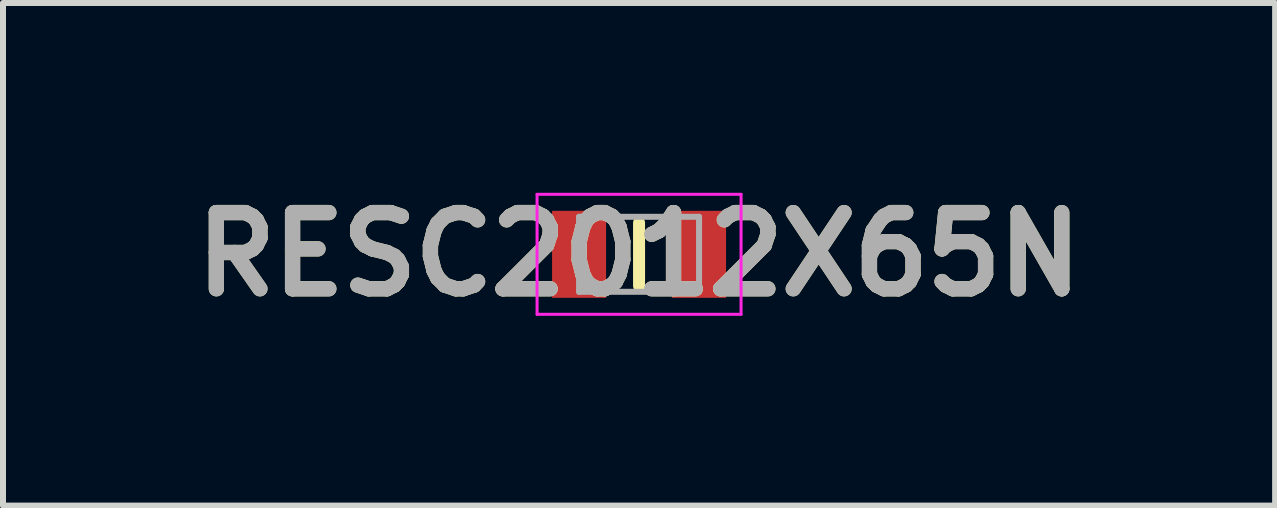
<source format=kicad_pcb>
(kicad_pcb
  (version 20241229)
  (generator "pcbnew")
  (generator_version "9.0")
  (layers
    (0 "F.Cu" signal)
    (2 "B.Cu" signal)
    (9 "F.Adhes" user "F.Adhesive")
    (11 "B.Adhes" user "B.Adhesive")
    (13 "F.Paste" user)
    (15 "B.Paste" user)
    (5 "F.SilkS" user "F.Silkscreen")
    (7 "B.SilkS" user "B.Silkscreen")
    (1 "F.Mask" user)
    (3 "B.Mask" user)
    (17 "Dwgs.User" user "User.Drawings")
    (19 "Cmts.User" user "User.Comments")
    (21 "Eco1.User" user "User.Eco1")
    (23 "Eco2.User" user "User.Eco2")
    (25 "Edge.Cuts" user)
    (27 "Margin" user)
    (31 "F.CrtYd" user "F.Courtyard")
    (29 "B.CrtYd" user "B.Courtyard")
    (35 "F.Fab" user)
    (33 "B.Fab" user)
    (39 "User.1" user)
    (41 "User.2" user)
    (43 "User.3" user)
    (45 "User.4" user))
  (footprint "RESC2012X65N"
    (layer "F.Cu")
    (at 7.602 1.189)
    (property "Reference" "RESC2012X65N" (at 0 0 0) (layer "F.SilkS") (effects (font (size 1.27 1.27) (thickness 0.254))))
    (attr smd)
    (fp_line (start 0 -0.525) (end 0 0.525) (stroke (width 0.2) (type solid)) (layer "F.SilkS"))
    (fp_line (start -1.7 -1) (end 1.7 -1) (stroke (width 0.05) (type solid)) (layer "F.CrtYd"))
    (fp_line (start -1.7 1) (end -1.7 -1) (stroke (width 0.05) (type solid)) (layer "F.CrtYd"))
    (fp_line (start 1.7 -1) (end 1.7 1) (stroke (width 0.05) (type solid)) (layer "F.CrtYd"))
    (fp_line (start 1.7 1) (end -1.7 1) (stroke (width 0.05) (type solid)) (layer "F.CrtYd"))
    (fp_line (start -1 -0.625) (end 1 -0.625) (stroke (width 0.1) (type solid)) (layer "F.Fab"))
    (fp_line (start -1 0.625) (end -1 -0.625) (stroke (width 0.1) (type solid)) (layer "F.Fab"))
    (fp_line (start 1 -0.625) (end 1 0.625) (stroke (width 0.1) (type solid)) (layer "F.Fab"))
    (fp_line (start 1 0.625) (end -1 0.625) (stroke (width 0.1) (type solid)) (layer "F.Fab"))
    (fp_text user "${REFERENCE}" (at 0 0 0) (layer "F.Fab") (effects (font (size 1.27 1.27) (thickness 0.254))))
    (pad "1" smd rect (at -1 0) (size 0.9 1.45) (layers "F.Cu" "F.Mask" "F.Paste"))
    (pad "2" smd rect (at 1 0) (size 0.9 1.45) (layers "F.Cu" "F.Mask" "F.Paste")))
  (gr_rect
    (start -3 -3)
    (end 18.204 5.377)
    (stroke (width 0.1) (type default))
    (fill no)
    (layer "Edge.Cuts")))
</source>
